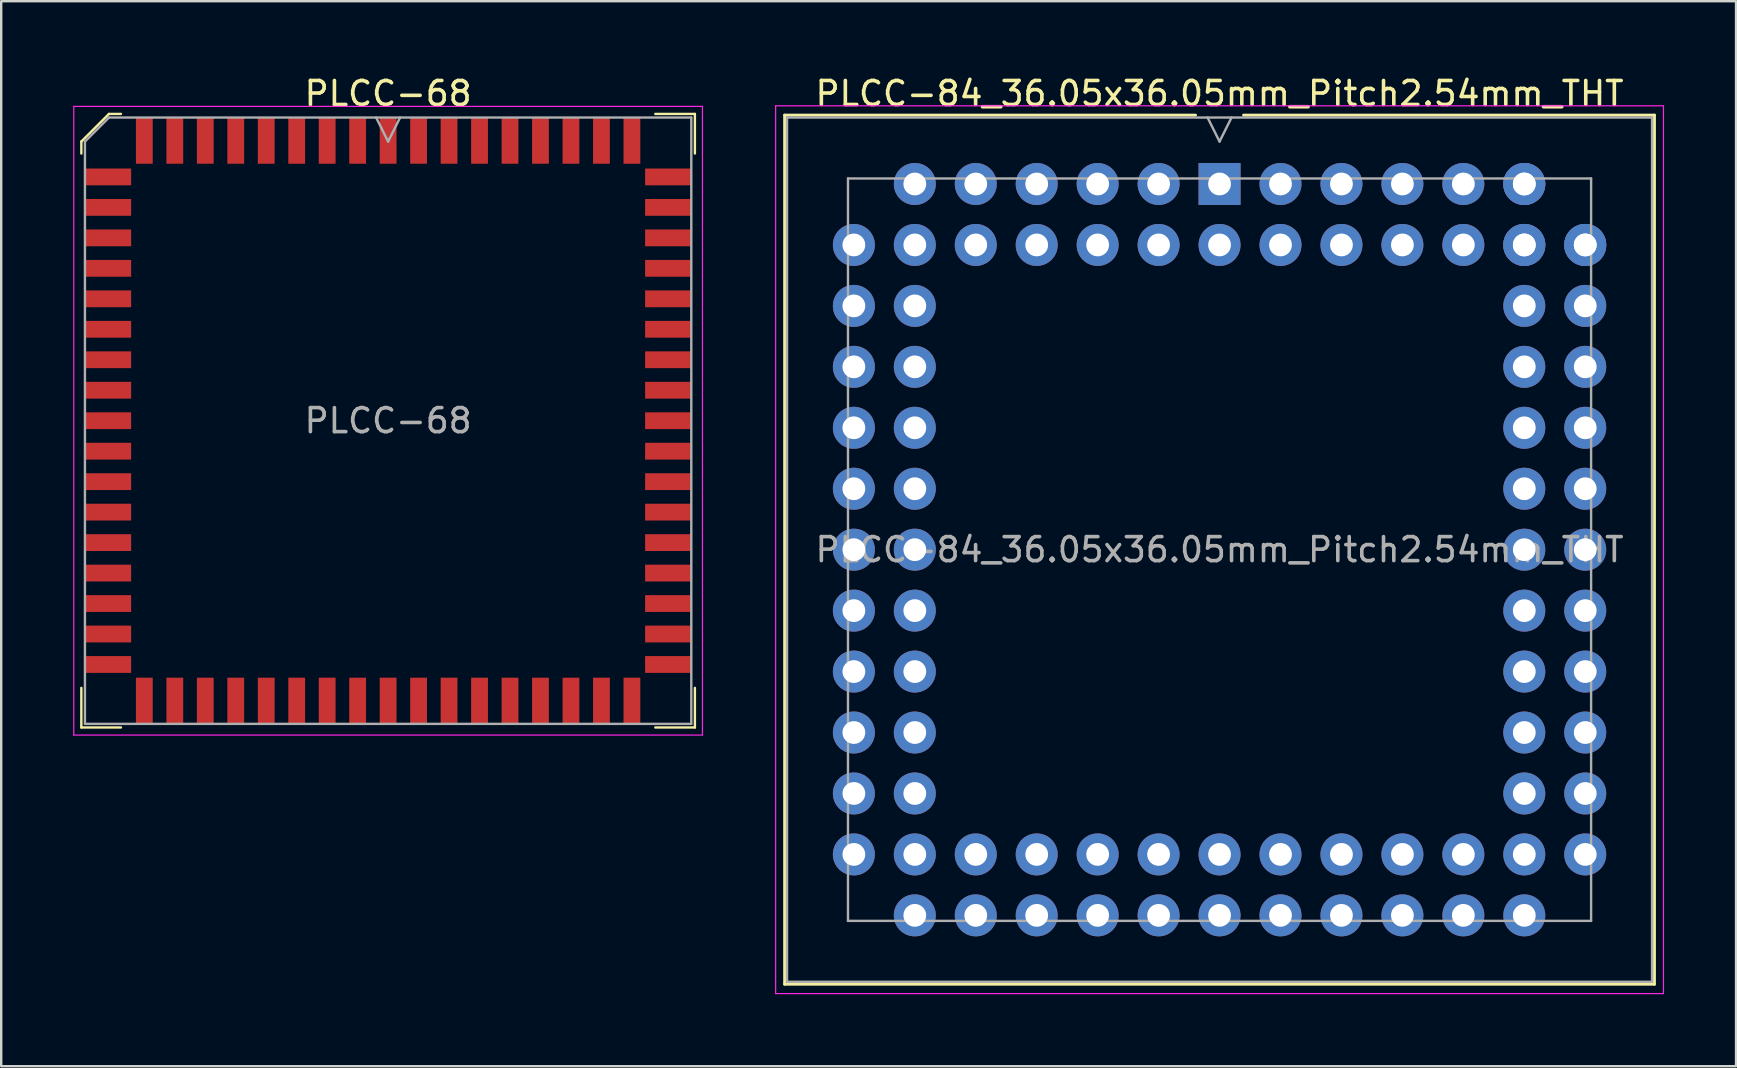
<source format=kicad_pcb>
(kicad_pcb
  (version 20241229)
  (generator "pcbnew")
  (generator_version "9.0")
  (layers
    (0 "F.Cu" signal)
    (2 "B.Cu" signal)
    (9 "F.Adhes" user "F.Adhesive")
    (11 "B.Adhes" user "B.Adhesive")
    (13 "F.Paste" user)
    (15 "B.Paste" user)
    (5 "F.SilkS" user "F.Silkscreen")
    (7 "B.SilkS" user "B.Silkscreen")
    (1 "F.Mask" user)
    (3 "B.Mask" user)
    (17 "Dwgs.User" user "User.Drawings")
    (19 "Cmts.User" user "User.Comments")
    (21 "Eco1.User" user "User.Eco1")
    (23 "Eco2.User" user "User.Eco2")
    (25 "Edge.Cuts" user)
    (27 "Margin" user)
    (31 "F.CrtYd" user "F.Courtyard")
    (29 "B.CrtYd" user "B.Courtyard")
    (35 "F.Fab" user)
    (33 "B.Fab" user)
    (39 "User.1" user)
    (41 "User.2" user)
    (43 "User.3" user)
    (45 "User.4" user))
  (footprint "PLCC-68"
    (layer "F.Cu")
    (at 13.125 14.483)
    (property "Reference" "PLCC-68" (at 0 -13.635 0) (layer "F.SilkS") (effects (font (size 1 1) (thickness 0.15))))
    (attr smd)
    (fp_line (start -12.785 -11.635) (end -12.785 -11.135) (stroke (width 0.1) (type solid)) (layer "F.SilkS"))
    (fp_line (start -12.785 12.785) (end -12.785 11.135) (stroke (width 0.1) (type solid)) (layer "F.SilkS"))
    (fp_line (start -11.635 -12.785) (end -12.785 -11.635) (stroke (width 0.1) (type solid)) (layer "F.SilkS"))
    (fp_line (start -11.135 -12.785) (end -11.635 -12.785) (stroke (width 0.1) (type solid)) (layer "F.SilkS"))
    (fp_line (start -11.135 12.785) (end -12.785 12.785) (stroke (width 0.1) (type solid)) (layer "F.SilkS"))
    (fp_line (start 11.135 -12.785) (end 12.785 -12.785) (stroke (width 0.1) (type solid)) (layer "F.SilkS"))
    (fp_line (start 11.135 12.785) (end 12.785 12.785) (stroke (width 0.1) (type solid)) (layer "F.SilkS"))
    (fp_line (start 12.785 -12.785) (end 12.785 -11.135) (stroke (width 0.1) (type solid)) (layer "F.SilkS"))
    (fp_line (start 12.785 12.785) (end 12.785 11.135) (stroke (width 0.1) (type solid)) (layer "F.SilkS"))
    (fp_line (start -13.1 -13.1) (end -13.1 13.1) (stroke (width 0.05) (type solid)) (layer "F.CrtYd"))
    (fp_line (start -13.1 13.1) (end 13.1 13.1) (stroke (width 0.05) (type solid)) (layer "F.CrtYd"))
    (fp_line (start 13.1 -13.1) (end -13.1 -13.1) (stroke (width 0.05) (type solid)) (layer "F.CrtYd"))
    (fp_line (start 13.1 13.1) (end 13.1 -13.1) (stroke (width 0.05) (type solid)) (layer "F.CrtYd"))
    (fp_line (start -12.635 -11.635) (end -12.635 12.635) (stroke (width 0.1) (type solid)) (layer "F.Fab"))
    (fp_line (start -12.635 12.635) (end 12.635 12.635) (stroke (width 0.1) (type solid)) (layer "F.Fab"))
    (fp_line (start -11.635 -12.635) (end -12.635 -11.635) (stroke (width 0.1) (type solid)) (layer "F.Fab"))
    (fp_line (start -0.5 -12.635) (end 0 -11.635) (stroke (width 0.1) (type solid)) (layer "F.Fab"))
    (fp_line (start 0 -11.635) (end 0.5 -12.635) (stroke (width 0.1) (type solid)) (layer "F.Fab"))
    (fp_line (start 12.635 -12.635) (end -11.635 -12.635) (stroke (width 0.1) (type solid)) (layer "F.Fab"))
    (fp_line (start 12.635 12.635) (end 12.635 -12.635) (stroke (width 0.1) (type solid)) (layer "F.Fab"))
    (fp_text user "${REFERENCE}" (at 0 0 0) (layer "F.Fab") (effects (font (size 1 1) (thickness 0.15))))
    (pad "1" smd rect (at 0 -11.672) (size 0.7 1.925) (layers "F.Cu" "F.Mask" "F.Paste"))
    (pad "2" smd rect (at -1.27 -11.672) (size 0.7 1.925) (layers "F.Cu" "F.Mask" "F.Paste"))
    (pad "3" smd rect (at -2.54 -11.672) (size 0.7 1.925) (layers "F.Cu" "F.Mask" "F.Paste"))
    (pad "4" smd rect (at -3.81 -11.672) (size 0.7 1.925) (layers "F.Cu" "F.Mask" "F.Paste"))
    (pad "5" smd rect (at -5.08 -11.672) (size 0.7 1.925) (layers "F.Cu" "F.Mask" "F.Paste"))
    (pad "6" smd rect (at -6.35 -11.672) (size 0.7 1.925) (layers "F.Cu" "F.Mask" "F.Paste"))
    (pad "7" smd rect (at -7.62 -11.672) (size 0.7 1.925) (layers "F.Cu" "F.Mask" "F.Paste"))
    (pad "8" smd rect (at -8.89 -11.672) (size 0.7 1.925) (layers "F.Cu" "F.Mask" "F.Paste"))
    (pad "9" smd rect (at -10.16 -11.672) (size 0.7 1.925) (layers "F.Cu" "F.Mask" "F.Paste"))
    (pad "10" smd rect (at -11.672 -10.16) (size 1.925 0.7) (layers "F.Cu" "F.Mask" "F.Paste"))
    (pad "11" smd rect (at -11.672 -8.89) (size 1.925 0.7) (layers "F.Cu" "F.Mask" "F.Paste"))
    (pad "12" smd rect (at -11.672 -7.62) (size 1.925 0.7) (layers "F.Cu" "F.Mask" "F.Paste"))
    (pad "13" smd rect (at -11.672 -6.35) (size 1.925 0.7) (layers "F.Cu" "F.Mask" "F.Paste"))
    (pad "14" smd rect (at -11.672 -5.08) (size 1.925 0.7) (layers "F.Cu" "F.Mask" "F.Paste"))
    (pad "15" smd rect (at -11.672 -3.81) (size 1.925 0.7) (layers "F.Cu" "F.Mask" "F.Paste"))
    (pad "16" smd rect (at -11.672 -2.54) (size 1.925 0.7) (layers "F.Cu" "F.Mask" "F.Paste"))
    (pad "17" smd rect (at -11.672 -1.27) (size 1.925 0.7) (layers "F.Cu" "F.Mask" "F.Paste"))
    (pad "18" smd rect (at -11.672 0) (size 1.925 0.7) (layers "F.Cu" "F.Mask" "F.Paste"))
    (pad "19" smd rect (at -11.672 1.27) (size 1.925 0.7) (layers "F.Cu" "F.Mask" "F.Paste"))
    (pad "20" smd rect (at -11.672 2.54) (size 1.925 0.7) (layers "F.Cu" "F.Mask" "F.Paste"))
    (pad "21" smd rect (at -11.672 3.81) (size 1.925 0.7) (layers "F.Cu" "F.Mask" "F.Paste"))
    (pad "22" smd rect (at -11.672 5.08) (size 1.925 0.7) (layers "F.Cu" "F.Mask" "F.Paste"))
    (pad "23" smd rect (at -11.672 6.35) (size 1.925 0.7) (layers "F.Cu" "F.Mask" "F.Paste"))
    (pad "24" smd rect (at -11.672 7.62) (size 1.925 0.7) (layers "F.Cu" "F.Mask" "F.Paste"))
    (pad "25" smd rect (at -11.672 8.89) (size 1.925 0.7) (layers "F.Cu" "F.Mask" "F.Paste"))
    (pad "26" smd rect (at -11.672 10.16) (size 1.925 0.7) (layers "F.Cu" "F.Mask" "F.Paste"))
    (pad "27" smd rect (at -10.16 11.672) (size 0.7 1.925) (layers "F.Cu" "F.Mask" "F.Paste"))
    (pad "28" smd rect (at -8.89 11.672) (size 0.7 1.925) (layers "F.Cu" "F.Mask" "F.Paste"))
    (pad "29" smd rect (at -7.62 11.672) (size 0.7 1.925) (layers "F.Cu" "F.Mask" "F.Paste"))
    (pad "30" smd rect (at -6.35 11.672) (size 0.7 1.925) (layers "F.Cu" "F.Mask" "F.Paste"))
    (pad "31" smd rect (at -5.08 11.672) (size 0.7 1.925) (layers "F.Cu" "F.Mask" "F.Paste"))
    (pad "32" smd rect (at -3.81 11.672) (size 0.7 1.925) (layers "F.Cu" "F.Mask" "F.Paste"))
    (pad "33" smd rect (at -2.54 11.672) (size 0.7 1.925) (layers "F.Cu" "F.Mask" "F.Paste"))
    (pad "34" smd rect (at -1.27 11.672) (size 0.7 1.925) (layers "F.Cu" "F.Mask" "F.Paste"))
    (pad "35" smd rect (at 0 11.672) (size 0.7 1.925) (layers "F.Cu" "F.Mask" "F.Paste"))
    (pad "36" smd rect (at 1.27 11.672) (size 0.7 1.925) (layers "F.Cu" "F.Mask" "F.Paste"))
    (pad "37" smd rect (at 2.54 11.672) (size 0.7 1.925) (layers "F.Cu" "F.Mask" "F.Paste"))
    (pad "38" smd rect (at 3.81 11.672) (size 0.7 1.925) (layers "F.Cu" "F.Mask" "F.Paste"))
    (pad "39" smd rect (at 5.08 11.672) (size 0.7 1.925) (layers "F.Cu" "F.Mask" "F.Paste"))
    (pad "40" smd rect (at 6.35 11.672) (size 0.7 1.925) (layers "F.Cu" "F.Mask" "F.Paste"))
    (pad "41" smd rect (at 7.62 11.672) (size 0.7 1.925) (layers "F.Cu" "F.Mask" "F.Paste"))
    (pad "42" smd rect (at 8.89 11.672) (size 0.7 1.925) (layers "F.Cu" "F.Mask" "F.Paste"))
    (pad "43" smd rect (at 10.16 11.672) (size 0.7 1.925) (layers "F.Cu" "F.Mask" "F.Paste"))
    (pad "44" smd rect (at 11.672 10.16) (size 1.925 0.7) (layers "F.Cu" "F.Mask" "F.Paste"))
    (pad "45" smd rect (at 11.672 8.89) (size 1.925 0.7) (layers "F.Cu" "F.Mask" "F.Paste"))
    (pad "46" smd rect (at 11.672 7.62) (size 1.925 0.7) (layers "F.Cu" "F.Mask" "F.Paste"))
    (pad "47" smd rect (at 11.672 6.35) (size 1.925 0.7) (layers "F.Cu" "F.Mask" "F.Paste"))
    (pad "48" smd rect (at 11.672 5.08) (size 1.925 0.7) (layers "F.Cu" "F.Mask" "F.Paste"))
    (pad "49" smd rect (at 11.672 3.81) (size 1.925 0.7) (layers "F.Cu" "F.Mask" "F.Paste"))
    (pad "50" smd rect (at 11.672 2.54) (size 1.925 0.7) (layers "F.Cu" "F.Mask" "F.Paste"))
    (pad "51" smd rect (at 11.672 1.27) (size 1.925 0.7) (layers "F.Cu" "F.Mask" "F.Paste"))
    (pad "52" smd rect (at 11.672 0) (size 1.925 0.7) (layers "F.Cu" "F.Mask" "F.Paste"))
    (pad "53" smd rect (at 11.672 -1.27) (size 1.925 0.7) (layers "F.Cu" "F.Mask" "F.Paste"))
    (pad "54" smd rect (at 11.672 -2.54) (size 1.925 0.7) (layers "F.Cu" "F.Mask" "F.Paste"))
    (pad "55" smd rect (at 11.672 -3.81) (size 1.925 0.7) (layers "F.Cu" "F.Mask" "F.Paste"))
    (pad "56" smd rect (at 11.672 -5.08) (size 1.925 0.7) (layers "F.Cu" "F.Mask" "F.Paste"))
    (pad "57" smd rect (at 11.672 -6.35) (size 1.925 0.7) (layers "F.Cu" "F.Mask" "F.Paste"))
    (pad "58" smd rect (at 11.672 -7.62) (size 1.925 0.7) (layers "F.Cu" "F.Mask" "F.Paste"))
    (pad "59" smd rect (at 11.672 -8.89) (size 1.925 0.7) (layers "F.Cu" "F.Mask" "F.Paste"))
    (pad "60" smd rect (at 11.672 -10.16) (size 1.925 0.7) (layers "F.Cu" "F.Mask" "F.Paste"))
    (pad "61" smd rect (at 10.16 -11.672) (size 0.7 1.925) (layers "F.Cu" "F.Mask" "F.Paste"))
    (pad "62" smd rect (at 8.89 -11.672) (size 0.7 1.925) (layers "F.Cu" "F.Mask" "F.Paste"))
    (pad "63" smd rect (at 7.62 -11.672) (size 0.7 1.925) (layers "F.Cu" "F.Mask" "F.Paste"))
    (pad "64" smd rect (at 6.35 -11.672) (size 0.7 1.925) (layers "F.Cu" "F.Mask" "F.Paste"))
    (pad "65" smd rect (at 5.08 -11.672) (size 0.7 1.925) (layers "F.Cu" "F.Mask" "F.Paste"))
    (pad "66" smd rect (at 3.81 -11.672) (size 0.7 1.925) (layers "F.Cu" "F.Mask" "F.Paste"))
    (pad "67" smd rect (at 2.54 -11.672) (size 0.7 1.925) (layers "F.Cu" "F.Mask" "F.Paste"))
    (pad "68" smd rect (at 1.27 -11.672) (size 0.7 1.925) (layers "F.Cu" "F.Mask" "F.Paste")))
  (footprint "PLCC-84_36.05x36.05mm_Pitch2.54mm_THT"
    (layer "F.Cu")
    (at 47.775 19.858)
    (property "Reference" "PLCC-84_36.05x36.05mm_Pitch2.54mm_THT" (at 0 -19.01 0) (layer "F.SilkS") (effects (font (size 1 1) (thickness 0.15))))
    (attr through_hole)
    (fp_line (start -18.125 -18.11) (end -18.125 18.11) (stroke (width 0.12) (type solid)) (layer "F.SilkS"))
    (fp_line (start -18.125 18.11) (end 18.125 18.11) (stroke (width 0.12) (type solid)) (layer "F.SilkS"))
    (fp_line (start -1 -18.11) (end -18.125 -18.11) (stroke (width 0.12) (type solid)) (layer "F.SilkS"))
    (fp_line (start 18.125 -18.11) (end 1 -18.11) (stroke (width 0.12) (type solid)) (layer "F.SilkS"))
    (fp_line (start 18.125 18.11) (end 18.125 -18.11) (stroke (width 0.12) (type solid)) (layer "F.SilkS"))
    (fp_line (start -18.5 -18.5) (end -18.5 18.5) (stroke (width 0.05) (type solid)) (layer "F.CrtYd"))
    (fp_line (start -18.5 18.5) (end 18.5 18.5) (stroke (width 0.05) (type solid)) (layer "F.CrtYd"))
    (fp_line (start 18.5 -18.5) (end -18.5 -18.5) (stroke (width 0.05) (type solid)) (layer "F.CrtYd"))
    (fp_line (start 18.5 18.5) (end 18.5 -18.5) (stroke (width 0.05) (type solid)) (layer "F.CrtYd"))
    (fp_line (start -18.025 -18.01) (end -18.025 18.01) (stroke (width 0.1) (type solid)) (layer "F.Fab"))
    (fp_line (start -18.025 18.01) (end 18.025 18.01) (stroke (width 0.1) (type solid)) (layer "F.Fab"))
    (fp_line (start -15.485 -15.47) (end -15.485 15.47) (stroke (width 0.1) (type solid)) (layer "F.Fab"))
    (fp_line (start -15.485 15.47) (end 15.485 15.47) (stroke (width 0.1) (type solid)) (layer "F.Fab"))
    (fp_line (start -0.5 -18.01) (end 0 -17.01) (stroke (width 0.1) (type solid)) (layer "F.Fab"))
    (fp_line (start 0 -17.01) (end 0.5 -18.01) (stroke (width 0.1) (type solid)) (layer "F.Fab"))
    (fp_line (start 15.485 -15.47) (end -15.485 -15.47) (stroke (width 0.1) (type solid)) (layer "F.Fab"))
    (fp_line (start 15.485 15.47) (end 15.485 -15.47) (stroke (width 0.1) (type solid)) (layer "F.Fab"))
    (fp_line (start 18.025 -18.01) (end -18.025 -18.01) (stroke (width 0.1) (type solid)) (layer "F.Fab"))
    (fp_line (start 18.025 18.01) (end 18.025 -18.01) (stroke (width 0.1) (type solid)) (layer "F.Fab"))
    (fp_text user "${REFERENCE}" (at 0 0 0) (layer "F.Fab") (effects (font (size 1 1) (thickness 0.15))))
    (pad "1" thru_hole rect (at 0 -15.24) (size 1.75 1.75) (drill 0.95) (layers "*.Cu" "*.Mask"))
    (pad "2" thru_hole circle (at 0 -12.7) (size 1.75 1.75) (drill 0.95) (layers "*.Cu" "*.Mask"))
    (pad "3" thru_hole circle (at -2.54 -15.24) (size 1.75 1.75) (drill 0.95) (layers "*.Cu" "*.Mask"))
    (pad "4" thru_hole circle (at -2.54 -12.7) (size 1.75 1.75) (drill 0.95) (layers "*.Cu" "*.Mask"))
    (pad "5" thru_hole circle (at -5.08 -15.24) (size 1.75 1.75) (drill 0.95) (layers "*.Cu" "*.Mask"))
    (pad "6" thru_hole circle (at -5.08 -12.7) (size 1.75 1.75) (drill 0.95) (layers "*.Cu" "*.Mask"))
    (pad "7" thru_hole circle (at -7.62 -15.24) (size 1.75 1.75) (drill 0.95) (layers "*.Cu" "*.Mask"))
    (pad "8" thru_hole circle (at -7.62 -12.7) (size 1.75 1.75) (drill 0.95) (layers "*.Cu" "*.Mask"))
    (pad "9" thru_hole circle (at -10.16 -15.24) (size 1.75 1.75) (drill 0.95) (layers "*.Cu" "*.Mask"))
    (pad "10" thru_hole circle (at -10.16 -12.7) (size 1.75 1.75) (drill 0.95) (layers "*.Cu" "*.Mask"))
    (pad "11" thru_hole circle (at -12.7 -15.24) (size 1.75 1.75) (drill 0.95) (layers "*.Cu" "*.Mask"))
    (pad "12" thru_hole circle (at -15.24 -12.7) (size 1.75 1.75) (drill 0.95) (layers "*.Cu" "*.Mask"))
    (pad "13" thru_hole circle (at -12.7 -12.7) (size 1.75 1.75) (drill 0.95) (layers "*.Cu" "*.Mask"))
    (pad "14" thru_hole circle (at -15.24 -10.16) (size 1.75 1.75) (drill 0.95) (layers "*.Cu" "*.Mask"))
    (pad "15" thru_hole circle (at -12.7 -10.16) (size 1.75 1.75) (drill 0.95) (layers "*.Cu" "*.Mask"))
    (pad "16" thru_hole circle (at -15.24 -7.62) (size 1.75 1.75) (drill 0.95) (layers "*.Cu" "*.Mask"))
    (pad "17" thru_hole circle (at -12.7 -7.62) (size 1.75 1.75) (drill 0.95) (layers "*.Cu" "*.Mask"))
    (pad "18" thru_hole circle (at -15.24 -5.08) (size 1.75 1.75) (drill 0.95) (layers "*.Cu" "*.Mask"))
    (pad "19" thru_hole circle (at -12.7 -5.08) (size 1.75 1.75) (drill 0.95) (layers "*.Cu" "*.Mask"))
    (pad "20" thru_hole circle (at -15.24 -2.54) (size 1.75 1.75) (drill 0.95) (layers "*.Cu" "*.Mask"))
    (pad "21" thru_hole circle (at -12.7 -2.54) (size 1.75 1.75) (drill 0.95) (layers "*.Cu" "*.Mask"))
    (pad "22" thru_hole circle (at -15.24 0) (size 1.75 1.75) (drill 0.95) (layers "*.Cu" "*.Mask"))
    (pad "23" thru_hole circle (at -12.7 0) (size 1.75 1.75) (drill 0.95) (layers "*.Cu" "*.Mask"))
    (pad "24" thru_hole circle (at -15.24 2.54) (size 1.75 1.75) (drill 0.95) (layers "*.Cu" "*.Mask"))
    (pad "25" thru_hole circle (at -12.7 2.54) (size 1.75 1.75) (drill 0.95) (layers "*.Cu" "*.Mask"))
    (pad "26" thru_hole circle (at -15.24 5.08) (size 1.75 1.75) (drill 0.95) (layers "*.Cu" "*.Mask"))
    (pad "27" thru_hole circle (at -12.7 5.08) (size 1.75 1.75) (drill 0.95) (layers "*.Cu" "*.Mask"))
    (pad "28" thru_hole circle (at -15.24 7.62) (size 1.75 1.75) (drill 0.95) (layers "*.Cu" "*.Mask"))
    (pad "29" thru_hole circle (at -12.7 7.62) (size 1.75 1.75) (drill 0.95) (layers "*.Cu" "*.Mask"))
    (pad "30" thru_hole circle (at -15.24 10.16) (size 1.75 1.75) (drill 0.95) (layers "*.Cu" "*.Mask"))
    (pad "31" thru_hole circle (at -12.7 10.16) (size 1.75 1.75) (drill 0.95) (layers "*.Cu" "*.Mask"))
    (pad "32" thru_hole circle (at -15.24 12.7) (size 1.75 1.75) (drill 0.95) (layers "*.Cu" "*.Mask"))
    (pad "33" thru_hole circle (at -12.7 15.24) (size 1.75 1.75) (drill 0.95) (layers "*.Cu" "*.Mask"))
    (pad "34" thru_hole circle (at -12.7 12.7) (size 1.75 1.75) (drill 0.95) (layers "*.Cu" "*.Mask"))
    (pad "35" thru_hole circle (at -10.16 15.24) (size 1.75 1.75) (drill 0.95) (layers "*.Cu" "*.Mask"))
    (pad "36" thru_hole circle (at -10.16 12.7) (size 1.75 1.75) (drill 0.95) (layers "*.Cu" "*.Mask"))
    (pad "37" thru_hole circle (at -7.62 15.24) (size 1.75 1.75) (drill 0.95) (layers "*.Cu" "*.Mask"))
    (pad "38" thru_hole circle (at -7.62 12.7) (size 1.75 1.75) (drill 0.95) (layers "*.Cu" "*.Mask"))
    (pad "39" thru_hole circle (at -5.08 15.24) (size 1.75 1.75) (drill 0.95) (layers "*.Cu" "*.Mask"))
    (pad "40" thru_hole circle (at -5.08 12.7) (size 1.75 1.75) (drill 0.95) (layers "*.Cu" "*.Mask"))
    (pad "41" thru_hole circle (at -2.54 15.24) (size 1.75 1.75) (drill 0.95) (layers "*.Cu" "*.Mask"))
    (pad "42" thru_hole circle (at -2.54 12.7) (size 1.75 1.75) (drill 0.95) (layers "*.Cu" "*.Mask"))
    (pad "43" thru_hole circle (at 0 15.24) (size 1.75 1.75) (drill 0.95) (layers "*.Cu" "*.Mask"))
    (pad "44" thru_hole circle (at 0 12.7) (size 1.75 1.75) (drill 0.95) (layers "*.Cu" "*.Mask"))
    (pad "45" thru_hole circle (at 2.54 15.24) (size 1.75 1.75) (drill 0.95) (layers "*.Cu" "*.Mask"))
    (pad "46" thru_hole circle (at 2.54 12.7) (size 1.75 1.75) (drill 0.95) (layers "*.Cu" "*.Mask"))
    (pad "47" thru_hole circle (at 5.08 15.24) (size 1.75 1.75) (drill 0.95) (layers "*.Cu" "*.Mask"))
    (pad "48" thru_hole circle (at 5.08 12.7) (size 1.75 1.75) (drill 0.95) (layers "*.Cu" "*.Mask"))
    (pad "49" thru_hole circle (at 7.62 15.24) (size 1.75 1.75) (drill 0.95) (layers "*.Cu" "*.Mask"))
    (pad "50" thru_hole circle (at 7.62 12.7) (size 1.75 1.75) (drill 0.95) (layers "*.Cu" "*.Mask"))
    (pad "51" thru_hole circle (at 10.16 15.24) (size 1.75 1.75) (drill 0.95) (layers "*.Cu" "*.Mask"))
    (pad "52" thru_hole circle (at 10.16 12.7) (size 1.75 1.75) (drill 0.95) (layers "*.Cu" "*.Mask"))
    (pad "53" thru_hole circle (at 12.7 15.24) (size 1.75 1.75) (drill 0.95) (layers "*.Cu" "*.Mask"))
    (pad "54" thru_hole circle (at 12.7 12.7) (size 1.75 1.75) (drill 0.95) (layers "*.Cu" "*.Mask"))
    (pad "54" thru_hole circle (at 15.24 12.7) (size 1.75 1.75) (drill 0.95) (layers "*.Cu" "*.Mask"))
    (pad "55" thru_hole circle (at 12.7 10.16) (size 1.75 1.75) (drill 0.95) (layers "*.Cu" "*.Mask"))
    (pad "56" thru_hole circle (at 15.24 10.16) (size 1.75 1.75) (drill 0.95) (layers "*.Cu" "*.Mask"))
    (pad "57" thru_hole circle (at 12.7 7.62) (size 1.75 1.75) (drill 0.95) (layers "*.Cu" "*.Mask"))
    (pad "58" thru_hole circle (at 15.24 7.62) (size 1.75 1.75) (drill 0.95) (layers "*.Cu" "*.Mask"))
    (pad "59" thru_hole circle (at 12.7 5.08) (size 1.75 1.75) (drill 0.95) (layers "*.Cu" "*.Mask"))
    (pad "60" thru_hole circle (at 15.24 5.08) (size 1.75 1.75) (drill 0.95) (layers "*.Cu" "*.Mask"))
    (pad "61" thru_hole circle (at 12.7 2.54) (size 1.75 1.75) (drill 0.95) (layers "*.Cu" "*.Mask"))
    (pad "62" thru_hole circle (at 15.24 2.54) (size 1.75 1.75) (drill 0.95) (layers "*.Cu" "*.Mask"))
    (pad "63" thru_hole circle (at 12.7 0) (size 1.75 1.75) (drill 0.95) (layers "*.Cu" "*.Mask"))
    (pad "64" thru_hole circle (at 15.24 0) (size 1.75 1.75) (drill 0.95) (layers "*.Cu" "*.Mask"))
    (pad "65" thru_hole circle (at 12.7 -2.54) (size 1.75 1.75) (drill 0.95) (layers "*.Cu" "*.Mask"))
    (pad "66" thru_hole circle (at 15.24 -2.54) (size 1.75 1.75) (drill 0.95) (layers "*.Cu" "*.Mask"))
    (pad "67" thru_hole circle (at 12.7 -5.08) (size 1.75 1.75) (drill 0.95) (layers "*.Cu" "*.Mask"))
    (pad "68" thru_hole circle (at 15.24 -5.08) (size 1.75 1.75) (drill 0.95) (layers "*.Cu" "*.Mask"))
    (pad "69" thru_hole circle (at 12.7 -7.62) (size 1.75 1.75) (drill 0.95) (layers "*.Cu" "*.Mask"))
    (pad "70" thru_hole circle (at 15.24 -7.62) (size 1.75 1.75) (drill 0.95) (layers "*.Cu" "*.Mask"))
    (pad "71" thru_hole circle (at 12.7 -10.16) (size 1.75 1.75) (drill 0.95) (layers "*.Cu" "*.Mask"))
    (pad "72" thru_hole circle (at 15.24 -10.16) (size 1.75 1.75) (drill 0.95) (layers "*.Cu" "*.Mask"))
    (pad "73" thru_hole circle (at 12.7 -12.7) (size 1.75 1.75) (drill 0.95) (layers "*.Cu" "*.Mask"))
    (pad "74" thru_hole circle (at 15.24 -12.7) (size 1.75 1.75) (drill 0.95) (layers "*.Cu" "*.Mask"))
    (pad "74" thru_hole circle (at 15.24 -12.7) (size 1.75 1.75) (drill 0.95) (layers "*.Cu" "*.Mask"))
    (pad "75" thru_hole circle (at 12.7 -15.24) (size 1.75 1.75) (drill 0.95) (layers "*.Cu" "*.Mask"))
    (pad "75" thru_hole circle (at 12.7 -15.24) (size 1.75 1.75) (drill 0.95) (layers "*.Cu" "*.Mask"))
    (pad "76" thru_hole circle (at 12.7 -12.7) (size 1.75 1.75) (drill 0.95) (layers "*.Cu" "*.Mask"))
    (pad "77" thru_hole circle (at 10.16 -15.24) (size 1.75 1.75) (drill 0.95) (layers "*.Cu" "*.Mask"))
    (pad "78" thru_hole circle (at 10.16 -12.7) (size 1.75 1.75) (drill 0.95) (layers "*.Cu" "*.Mask"))
    (pad "79" thru_hole circle (at 7.62 -15.24) (size 1.75 1.75) (drill 0.95) (layers "*.Cu" "*.Mask"))
    (pad "80" thru_hole circle (at 7.62 -12.7) (size 1.75 1.75) (drill 0.95) (layers "*.Cu" "*.Mask"))
    (pad "81" thru_hole circle (at 5.08 -15.24) (size 1.75 1.75) (drill 0.95) (layers "*.Cu" "*.Mask"))
    (pad "82" thru_hole circle (at 5.08 -12.7) (size 1.75 1.75) (drill 0.95) (layers "*.Cu" "*.Mask"))
    (pad "83" thru_hole circle (at 2.54 -15.24) (size 1.75 1.75) (drill 0.95) (layers "*.Cu" "*.Mask"))
    (pad "84" thru_hole circle (at 2.54 -12.7) (size 1.75 1.75) (drill 0.95) (layers "*.Cu" "*.Mask")))
  (gr_rect
    (start -3 -3)
    (end 69.3 41.383)
    (stroke (width 0.1) (type default))
    (fill no)
    (layer "Edge.Cuts")))
</source>
